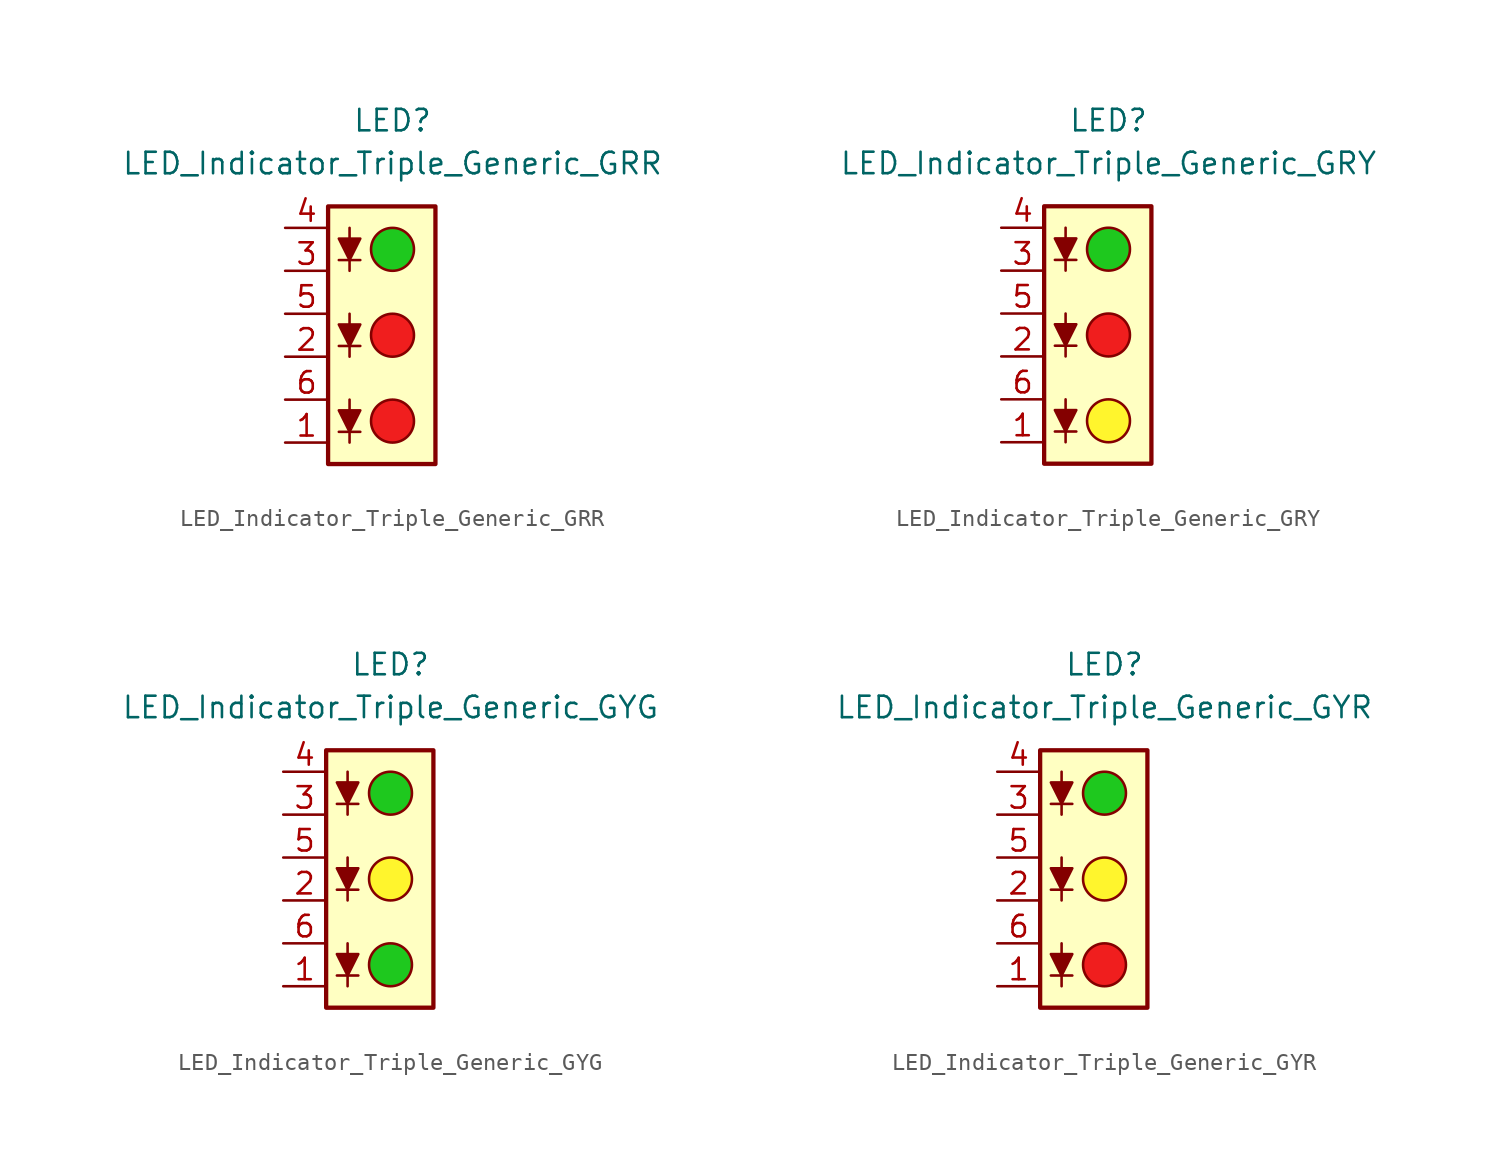
<source format=kicad_sym>
(kicad_symbol_lib
  (version 20231120)
  (generator "kicad_symbol_editor")
  (generator_version "8.0")
  (symbol "LED_Indicator_Triple_Generic_GRR"
    (pin_names
      (offset 1.016) hide)
    (property "Reference" "LED"
      (at 0 12.7 0)
      (effects (font (size 1.27 1.27))))
    (property "Value" "LED_Indicator_Triple_Generic_GRR"
      (at 0 10.16 0)
      (effects (font (size 1.27 1.27))))
    (symbol "LED_Indicator_Triple_Generic_GRR_0_1"
      (rectangle (start -3.81 7.62) (end 2.54 -7.62) (stroke (width 0.254) (type default)) (fill (type background)))
      (circle (center 0 -5.08) (radius 1.27) (stroke (width 0) (type default)) (fill (type color) (color 240 30 30 1)))
      (polyline (pts (xy -3.175 -5.715) (xy -1.905 -5.715)) (stroke (width 0) (type default)) (fill (type none)))
      (polyline (pts (xy -3.175 -0.635) (xy -1.905 -0.635)) (stroke (width 0) (type default)) (fill (type none)))
      (polyline (pts (xy -3.175 4.445) (xy -1.905 4.445)) (stroke (width 0) (type default)) (fill (type none)))
      (polyline (pts (xy -2.54 -3.81) (xy -2.54 -6.35)) (stroke (width 0) (type default)) (fill (type none)))
      (polyline (pts (xy -2.54 1.27) (xy -2.54 -1.27)) (stroke (width 0) (type default)) (fill (type none)))
      (polyline (pts (xy -2.54 6.35) (xy -2.54 3.81)) (stroke (width 0) (type default)) (fill (type none)))
      (polyline (pts (xy -2.54 -5.715) (xy -3.175 -4.445) (xy -1.905 -4.445) (xy -2.54 -5.715)) (stroke (width 0) (type default)) (fill (type outline)))
      (polyline (pts (xy -2.54 -0.635) (xy -3.175 0.635) (xy -1.905 0.635) (xy -2.54 -0.635)) (stroke (width 0) (type default)) (fill (type outline)))
      (polyline (pts (xy -2.54 4.445) (xy -3.175 5.715) (xy -1.905 5.715) (xy -2.54 4.445)) (stroke (width 0) (type default)) (fill (type outline)))
      (circle (center 0 0) (radius 1.27) (stroke (width 0) (type default)) (fill (type color) (color 240 30 30 1)))
      (circle (center 0 5.08) (radius 1.27) (stroke (width 0) (type default)) (fill (type color) (color 30 200 30 1))))
    (symbol "LED_Indicator_Triple_Generic_GRR_1_1"
      (pin passive line (at -6.35 -6.35 0) (length 2.54) (name "K1" (effects (font (size 1.27 1.27)))) (number "1" (effects (font (size 1.27 1.27)))))
      (pin passive line (at -6.35 -1.27 0) (length 2.54) (name "K2" (effects (font (size 1.27 1.27)))) (number "2" (effects (font (size 1.27 1.27)))))
      (pin passive line (at -6.35 3.81 0) (length 2.54) (name "K3" (effects (font (size 1.27 1.27)))) (number "3" (effects (font (size 1.27 1.27)))))
      (pin passive line (at -6.35 6.35 0) (length 2.54) (name "A3" (effects (font (size 1.27 1.27)))) (number "4" (effects (font (size 1.27 1.27)))))
      (pin passive line (at -6.35 1.27 0) (length 2.54) (name "A2" (effects (font (size 1.27 1.27)))) (number "5" (effects (font (size 1.27 1.27)))))
      (pin passive line (at -6.35 -3.81 0) (length 2.54) (name "A1" (effects (font (size 1.27 1.27)))) (number "6" (effects (font (size 1.27 1.27)))))))
  (symbol "LED_Indicator_Triple_Generic_GRY"
    (pin_names
      (offset 1.016) hide)
    (property "Reference" "LED"
      (at 0 12.7 0)
      (effects (font (size 1.27 1.27))))
    (property "Value" "LED_Indicator_Triple_Generic_GRY"
      (at 0 10.16 0)
      (effects (font (size 1.27 1.27))))
    (symbol "LED_Indicator_Triple_Generic_GRY_0_1"
      (rectangle (start -3.81 7.62) (end 2.54 -7.62) (stroke (width 0.254) (type default)) (fill (type background)))
      (circle (center 0 -5.08) (radius 1.27) (stroke (width 0) (type default)) (fill (type color) (color 255 245 45 1)))
      (polyline (pts (xy -3.175 -5.715) (xy -1.905 -5.715)) (stroke (width 0) (type default)) (fill (type none)))
      (polyline (pts (xy -3.175 -0.635) (xy -1.905 -0.635)) (stroke (width 0) (type default)) (fill (type none)))
      (polyline (pts (xy -3.175 4.445) (xy -1.905 4.445)) (stroke (width 0) (type default)) (fill (type none)))
      (polyline (pts (xy -2.54 -3.81) (xy -2.54 -6.35)) (stroke (width 0) (type default)) (fill (type none)))
      (polyline (pts (xy -2.54 1.27) (xy -2.54 -1.27)) (stroke (width 0) (type default)) (fill (type none)))
      (polyline (pts (xy -2.54 6.35) (xy -2.54 3.81)) (stroke (width 0) (type default)) (fill (type none)))
      (polyline (pts (xy -2.54 -5.715) (xy -3.175 -4.445) (xy -1.905 -4.445) (xy -2.54 -5.715)) (stroke (width 0) (type default)) (fill (type outline)))
      (polyline (pts (xy -2.54 -0.635) (xy -3.175 0.635) (xy -1.905 0.635) (xy -2.54 -0.635)) (stroke (width 0) (type default)) (fill (type outline)))
      (polyline (pts (xy -2.54 4.445) (xy -3.175 5.715) (xy -1.905 5.715) (xy -2.54 4.445)) (stroke (width 0) (type default)) (fill (type outline)))
      (circle (center 0 0) (radius 1.27) (stroke (width 0) (type default)) (fill (type color) (color 240 30 30 1)))
      (circle (center 0 5.08) (radius 1.27) (stroke (width 0) (type default)) (fill (type color) (color 30 200 30 1))))
    (symbol "LED_Indicator_Triple_Generic_GRY_1_1"
      (pin passive line (at -6.35 -6.35 0) (length 2.54) (name "K1" (effects (font (size 1.27 1.27)))) (number "1" (effects (font (size 1.27 1.27)))))
      (pin passive line (at -6.35 -1.27 0) (length 2.54) (name "K2" (effects (font (size 1.27 1.27)))) (number "2" (effects (font (size 1.27 1.27)))))
      (pin passive line (at -6.35 3.81 0) (length 2.54) (name "K3" (effects (font (size 1.27 1.27)))) (number "3" (effects (font (size 1.27 1.27)))))
      (pin passive line (at -6.35 6.35 0) (length 2.54) (name "A3" (effects (font (size 1.27 1.27)))) (number "4" (effects (font (size 1.27 1.27)))))
      (pin passive line (at -6.35 1.27 0) (length 2.54) (name "A2" (effects (font (size 1.27 1.27)))) (number "5" (effects (font (size 1.27 1.27)))))
      (pin passive line (at -6.35 -3.81 0) (length 2.54) (name "A1" (effects (font (size 1.27 1.27)))) (number "6" (effects (font (size 1.27 1.27)))))))
  (symbol "LED_Indicator_Triple_Generic_GYG"
    (pin_names
      (offset 1.016) hide)
    (property "Reference" "LED"
      (at 0 12.7 0)
      (effects (font (size 1.27 1.27))))
    (property "Value" "LED_Indicator_Triple_Generic_GYG"
      (at 0 10.16 0)
      (effects (font (size 1.27 1.27))))
    (symbol "LED_Indicator_Triple_Generic_GYG_0_1"
      (rectangle (start -3.81 7.62) (end 2.54 -7.62) (stroke (width 0.254) (type default)) (fill (type background)))
      (circle (center 0 -5.08) (radius 1.27) (stroke (width 0) (type default)) (fill (type color) (color 30 200 30 1)))
      (polyline (pts (xy -3.175 -5.715) (xy -1.905 -5.715)) (stroke (width 0) (type default)) (fill (type none)))
      (polyline (pts (xy -3.175 -0.635) (xy -1.905 -0.635)) (stroke (width 0) (type default)) (fill (type none)))
      (polyline (pts (xy -3.175 4.445) (xy -1.905 4.445)) (stroke (width 0) (type default)) (fill (type none)))
      (polyline (pts (xy -2.54 -3.81) (xy -2.54 -6.35)) (stroke (width 0) (type default)) (fill (type none)))
      (polyline (pts (xy -2.54 1.27) (xy -2.54 -1.27)) (stroke (width 0) (type default)) (fill (type none)))
      (polyline (pts (xy -2.54 6.35) (xy -2.54 3.81)) (stroke (width 0) (type default)) (fill (type none)))
      (polyline (pts (xy -2.54 -5.715) (xy -3.175 -4.445) (xy -1.905 -4.445) (xy -2.54 -5.715)) (stroke (width 0) (type default)) (fill (type outline)))
      (polyline (pts (xy -2.54 -0.635) (xy -3.175 0.635) (xy -1.905 0.635) (xy -2.54 -0.635)) (stroke (width 0) (type default)) (fill (type outline)))
      (polyline (pts (xy -2.54 4.445) (xy -3.175 5.715) (xy -1.905 5.715) (xy -2.54 4.445)) (stroke (width 0) (type default)) (fill (type outline)))
      (circle (center 0 0) (radius 1.27) (stroke (width 0) (type default)) (fill (type color) (color 255 245 45 1)))
      (circle (center 0 5.08) (radius 1.27) (stroke (width 0) (type default)) (fill (type color) (color 30 200 30 1))))
    (symbol "LED_Indicator_Triple_Generic_GYG_1_1"
      (pin passive line (at -6.35 -6.35 0) (length 2.54) (name "K1" (effects (font (size 1.27 1.27)))) (number "1" (effects (font (size 1.27 1.27)))))
      (pin passive line (at -6.35 -1.27 0) (length 2.54) (name "K2" (effects (font (size 1.27 1.27)))) (number "2" (effects (font (size 1.27 1.27)))))
      (pin passive line (at -6.35 3.81 0) (length 2.54) (name "K3" (effects (font (size 1.27 1.27)))) (number "3" (effects (font (size 1.27 1.27)))))
      (pin passive line (at -6.35 6.35 0) (length 2.54) (name "A3" (effects (font (size 1.27 1.27)))) (number "4" (effects (font (size 1.27 1.27)))))
      (pin passive line (at -6.35 1.27 0) (length 2.54) (name "A2" (effects (font (size 1.27 1.27)))) (number "5" (effects (font (size 1.27 1.27)))))
      (pin passive line (at -6.35 -3.81 0) (length 2.54) (name "A1" (effects (font (size 1.27 1.27)))) (number "6" (effects (font (size 1.27 1.27)))))))
  (symbol "LED_Indicator_Triple_Generic_GYR"
    (pin_names
      (offset 1.016) hide)
    (property "Reference" "LED"
      (at 0 12.7 0)
      (effects (font (size 1.27 1.27))))
    (property "Value" "LED_Indicator_Triple_Generic_GYR"
      (at 0 10.16 0)
      (effects (font (size 1.27 1.27))))
    (symbol "LED_Indicator_Triple_Generic_GYR_0_1"
      (rectangle (start -3.81 7.62) (end 2.54 -7.62) (stroke (width 0.254) (type default)) (fill (type background)))
      (circle (center 0 -5.08) (radius 1.27) (stroke (width 0) (type default)) (fill (type color) (color 240 30 30 1)))
      (polyline (pts (xy -3.175 -5.715) (xy -1.905 -5.715)) (stroke (width 0) (type default)) (fill (type none)))
      (polyline (pts (xy -3.175 -0.635) (xy -1.905 -0.635)) (stroke (width 0) (type default)) (fill (type none)))
      (polyline (pts (xy -3.175 4.445) (xy -1.905 4.445)) (stroke (width 0) (type default)) (fill (type none)))
      (polyline (pts (xy -2.54 -3.81) (xy -2.54 -6.35)) (stroke (width 0) (type default)) (fill (type none)))
      (polyline (pts (xy -2.54 1.27) (xy -2.54 -1.27)) (stroke (width 0) (type default)) (fill (type none)))
      (polyline (pts (xy -2.54 6.35) (xy -2.54 3.81)) (stroke (width 0) (type default)) (fill (type none)))
      (polyline (pts (xy -2.54 -5.715) (xy -3.175 -4.445) (xy -1.905 -4.445) (xy -2.54 -5.715)) (stroke (width 0) (type default)) (fill (type outline)))
      (polyline (pts (xy -2.54 -0.635) (xy -3.175 0.635) (xy -1.905 0.635) (xy -2.54 -0.635)) (stroke (width 0) (type default)) (fill (type outline)))
      (polyline (pts (xy -2.54 4.445) (xy -3.175 5.715) (xy -1.905 5.715) (xy -2.54 4.445)) (stroke (width 0) (type default)) (fill (type outline)))
      (circle (center 0 0) (radius 1.27) (stroke (width 0) (type default)) (fill (type color) (color 255 245 45 1)))
      (circle (center 0 5.08) (radius 1.27) (stroke (width 0) (type default)) (fill (type color) (color 30 200 30 1))))
    (symbol "LED_Indicator_Triple_Generic_GYR_1_1"
      (pin passive line (at -6.35 -6.35 0) (length 2.54) (name "K1" (effects (font (size 1.27 1.27)))) (number "1" (effects (font (size 1.27 1.27)))))
      (pin passive line (at -6.35 -1.27 0) (length 2.54) (name "K2" (effects (font (size 1.27 1.27)))) (number "2" (effects (font (size 1.27 1.27)))))
      (pin passive line (at -6.35 3.81 0) (length 2.54) (name "K3" (effects (font (size 1.27 1.27)))) (number "3" (effects (font (size 1.27 1.27)))))
      (pin passive line (at -6.35 6.35 0) (length 2.54) (name "A3" (effects (font (size 1.27 1.27)))) (number "4" (effects (font (size 1.27 1.27)))))
      (pin passive line (at -6.35 1.27 0) (length 2.54) (name "A2" (effects (font (size 1.27 1.27)))) (number "5" (effects (font (size 1.27 1.27)))))
      (pin passive line (at -6.35 -3.81 0) (length 2.54) (name "A1" (effects (font (size 1.27 1.27)))) (number "6" (effects (font (size 1.27 1.27))))))))
</source>
